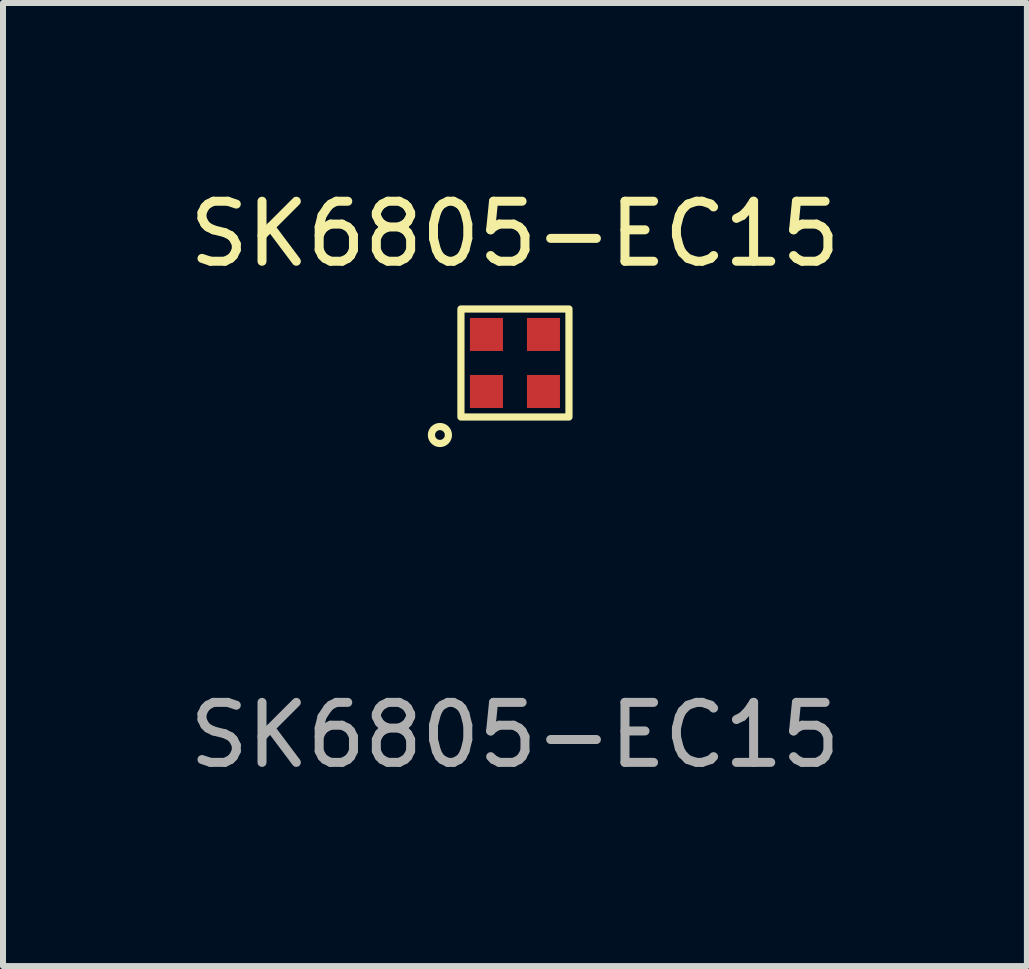
<source format=kicad_pcb>
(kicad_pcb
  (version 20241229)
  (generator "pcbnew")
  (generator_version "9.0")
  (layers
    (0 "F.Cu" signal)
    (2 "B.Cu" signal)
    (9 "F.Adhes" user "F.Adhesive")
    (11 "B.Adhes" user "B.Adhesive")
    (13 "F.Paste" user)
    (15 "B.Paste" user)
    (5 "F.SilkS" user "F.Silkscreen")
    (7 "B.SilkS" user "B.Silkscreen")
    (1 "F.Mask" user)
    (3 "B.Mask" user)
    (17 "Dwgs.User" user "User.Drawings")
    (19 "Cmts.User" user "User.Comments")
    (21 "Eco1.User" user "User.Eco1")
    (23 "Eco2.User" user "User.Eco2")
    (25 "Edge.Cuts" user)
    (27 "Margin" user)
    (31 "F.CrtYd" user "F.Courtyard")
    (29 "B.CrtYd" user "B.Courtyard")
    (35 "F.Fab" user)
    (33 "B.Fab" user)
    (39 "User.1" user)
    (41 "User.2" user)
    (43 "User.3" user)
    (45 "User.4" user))
  (footprint "SK6805-EC15"
    (layer "F.Cu")
    (at 5.53 2.998)
    (property "Reference" "SK6805-EC15" (at 0 -2.15 0) (unlocked yes) (layer "F.SilkS") (effects (font (size 1 1) (thickness 0.15))))
    (attr smd)
    (fp_rect (start -0.9 -0.9) (end 0.9 0.9) (stroke (width 0.12) (type solid)) (fill no) (layer "F.SilkS"))
    (fp_circle (center -1.25 1.2) (end -1.15 1.3) (stroke (width 0.12) (type solid)) (fill no) (layer "F.SilkS"))
    (fp_text user "${REFERENCE}" (at 0 6.2 0) (unlocked yes) (layer "F.Fab") (effects (font (size 1 1) (thickness 0.15))))
    (pad "1" smd rect (at -0.475 0.475) (size 0.55 0.55) (layers "F.Cu" "F.Mask" "F.Paste"))
    (pad "2" smd rect (at 0.475 0.475) (size 0.55 0.55) (layers "F.Cu" "F.Mask" "F.Paste"))
    (pad "3" smd rect (at 0.475 -0.475) (size 0.55 0.55) (layers "F.Cu" "F.Mask" "F.Paste"))
    (pad "4" smd rect (at -0.475 -0.475) (size 0.55 0.55) (layers "F.Cu" "F.Mask" "F.Paste")))
  (gr_rect
    (start -3 -3)
    (end 14.06 13.046)
    (stroke (width 0.1) (type default))
    (fill no)
    (layer "Edge.Cuts")))
</source>
